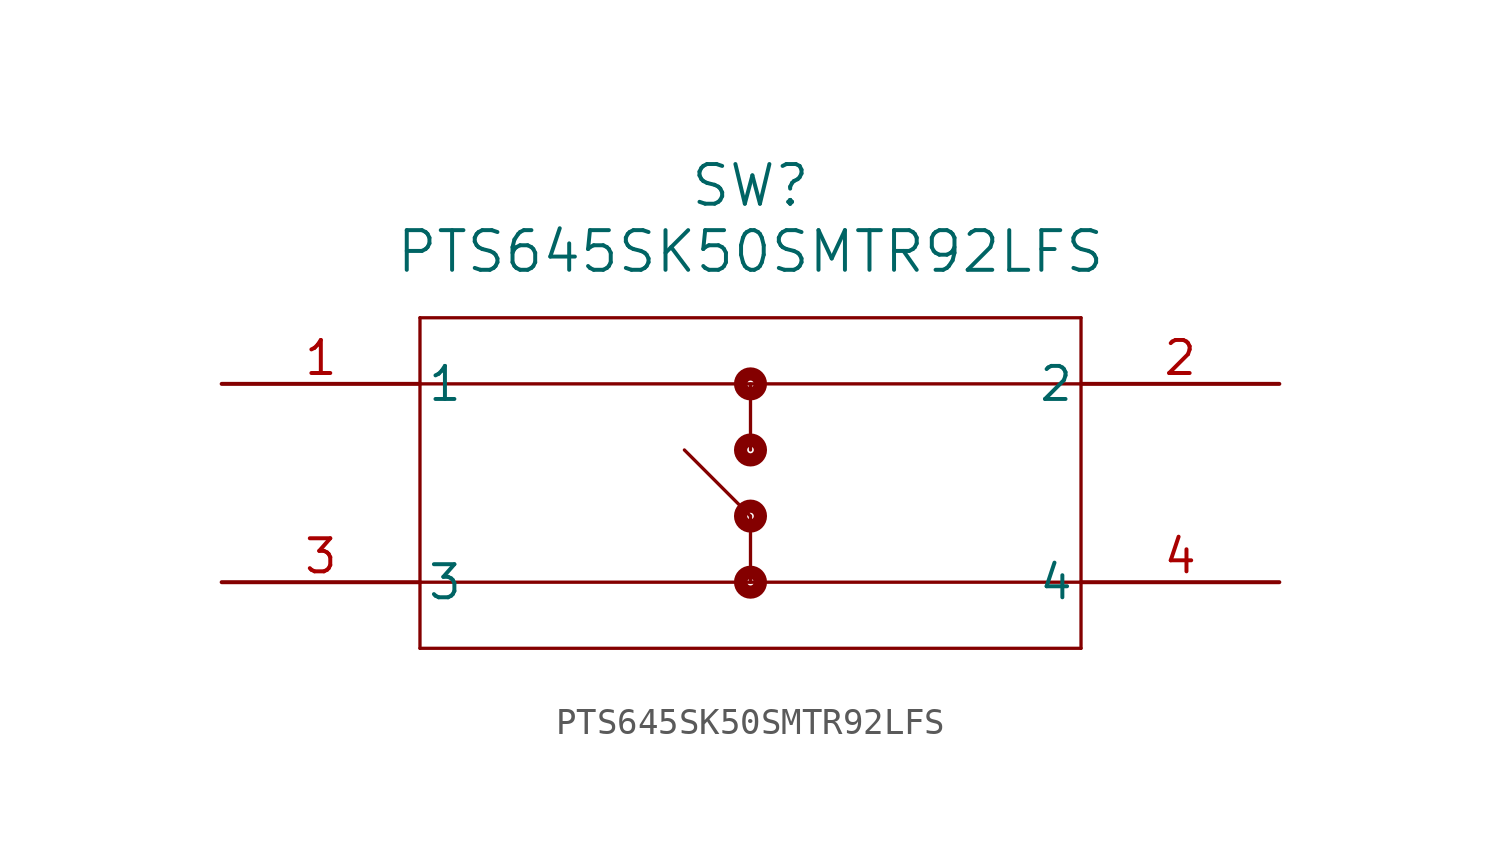
<source format=kicad_sym>
(kicad_symbol_lib
  (version 20211014)
  (generator kicad_symbol_editor)
  (symbol "PTS645SK50SMTR92LFS"
    (pin_names
      (offset 0.254))
    (property "Reference" "SW"
      (at 20.32 7.62 0)
      (effects (font (size 1.524 1.524))))
    (property "Value" "PTS645SK50SMTR92LFS"
      (at 20.32 5.08 0)
      (effects (font (size 1.524 1.524))))
    (symbol "PTS645SK50SMTR92LFS_0_1"
      (polyline (pts (xy 7.62 2.54) (xy 7.62 -10.16)) (stroke (width 0.127) (type default) (color 0 0 0 0)) (fill (type none)))
      (polyline (pts (xy 7.62 -10.16) (xy 33.02 -10.16)) (stroke (width 0.127) (type default) (color 0 0 0 0)) (fill (type none)))
      (polyline (pts (xy 33.02 -10.16) (xy 33.02 2.54)) (stroke (width 0.127) (type default) (color 0 0 0 0)) (fill (type none)))
      (polyline (pts (xy 33.02 2.54) (xy 7.62 2.54)) (stroke (width 0.127) (type default) (color 0 0 0 0)) (fill (type none)))
      (polyline (pts (xy 7.62 0) (xy 33.02 0)) (stroke (width 0.127) (type default) (color 0 0 0 0)) (fill (type none)))
      (polyline (pts (xy 7.62 -7.62) (xy 33.02 -7.62)) (stroke (width 0.127) (type default) (color 0 0 0 0)) (fill (type none)))
      (circle (center 20.32 0) (radius 0.127) (stroke (width 0.508) (type default) (color 0 0 0 0)) (fill (type none)))
      (polyline (pts (xy 20.32 0) (xy 20.32 -2.54)) (stroke (width 0.127) (type default) (color 0 0 0 0)) (fill (type none)))
      (circle (center 20.32 -2.54) (radius 0.127) (stroke (width 0.508) (type default) (color 0 0 0 0)) (fill (type none)))
      (circle (center 20.32 -5.08) (radius 0.127) (stroke (width 0.508) (type default) (color 0 0 0 0)) (fill (type none)))
      (polyline (pts (xy 20.32 -5.08) (xy 20.32 -7.62)) (stroke (width 0.127) (type default) (color 0 0 0 0)) (fill (type none)))
      (circle (center 20.32 -7.62) (radius 0.127) (stroke (width 0.508) (type default) (color 0 0 0 0)) (fill (type none)))
      (polyline (pts (xy 17.78 -2.54) (xy 20.32 -5.08)) (stroke (width 0.127) (type default) (color 0 0 0 0)) (fill (type none)))
      (pin unspecified line (at 0 0 0) (length 7.62) (name "1" (effects (font (size 1.27 1.27)))) (number "1" (effects (font (size 1.27 1.27)))))
      (pin unspecified line (at 40.64 0 180) (length 7.62) (name "2" (effects (font (size 1.27 1.27)))) (number "2" (effects (font (size 1.27 1.27)))))
      (pin unspecified line (at 0 -7.62 0) (length 7.62) (name "3" (effects (font (size 1.27 1.27)))) (number "3" (effects (font (size 1.27 1.27)))))
      (pin unspecified line (at 40.64 -7.62 180) (length 7.62) (name "4" (effects (font (size 1.27 1.27)))) (number "4" (effects (font (size 1.27 1.27))))))))
</source>
